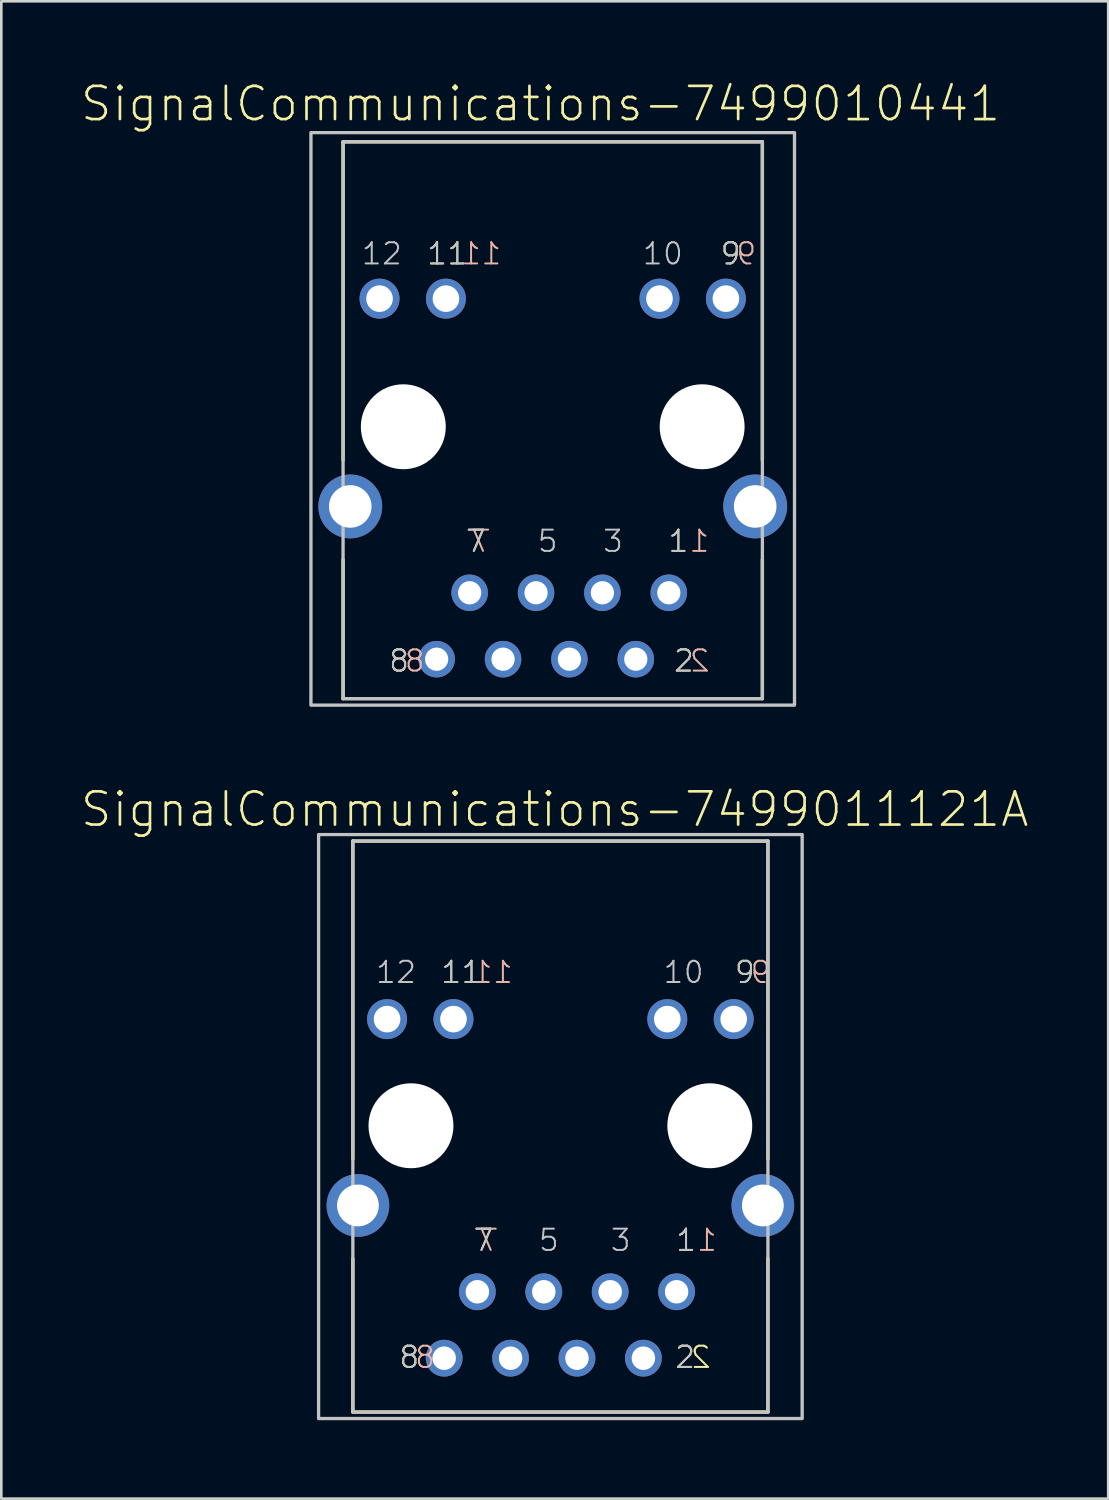
<source format=kicad_pcb>
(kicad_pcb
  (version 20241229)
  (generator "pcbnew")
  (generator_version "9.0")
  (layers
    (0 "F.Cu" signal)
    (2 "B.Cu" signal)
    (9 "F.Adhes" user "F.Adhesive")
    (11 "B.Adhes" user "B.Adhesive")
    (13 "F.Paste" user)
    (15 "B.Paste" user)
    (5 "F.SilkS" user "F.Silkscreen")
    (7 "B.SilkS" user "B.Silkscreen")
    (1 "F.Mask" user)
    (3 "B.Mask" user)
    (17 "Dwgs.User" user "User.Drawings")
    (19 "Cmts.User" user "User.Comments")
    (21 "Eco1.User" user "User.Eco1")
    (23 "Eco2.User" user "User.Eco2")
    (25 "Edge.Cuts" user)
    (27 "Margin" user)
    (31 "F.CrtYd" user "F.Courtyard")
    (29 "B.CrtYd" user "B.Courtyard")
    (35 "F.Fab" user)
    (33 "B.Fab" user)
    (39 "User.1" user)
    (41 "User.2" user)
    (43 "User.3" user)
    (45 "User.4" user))
  (footprint "SignalCommunications-7499010441"
    (layer "F.Cu")
    (at 18.091 13.273)
    (property "Reference" "SignalCommunications-7499010441" (at -0.467 -12.352 0) (layer "F.SilkS") (effects (font (size 1.27 1.27) (thickness 0.102))))
    (attr exclude_from_pos_files exclude_from_bom)
    (fp_line (start -8.019 -10.899) (end 8.019 -10.899) (stroke (width 0.127) (type solid)) (layer "F.SilkS"))
    (fp_line (start -8.019 1.27) (end -8.019 -10.899) (stroke (width 0.127) (type solid)) (layer "F.SilkS"))
    (fp_line (start -8.019 5.08) (end -8.019 10.399) (stroke (width 0.127) (type solid)) (layer "F.SilkS"))
    (fp_line (start -8.019 10.399) (end 8.019 10.399) (stroke (width 0.127) (type solid)) (layer "F.SilkS"))
    (fp_line (start 8.019 1.27) (end 8.019 -10.899) (stroke (width 0.127) (type solid)) (layer "F.SilkS"))
    (fp_line (start 8.019 5.08) (end 8.019 10.399) (stroke (width 0.127) (type solid)) (layer "F.SilkS"))
    (fp_line (start -8.019 -10.899) (end 8.019 -10.899) (stroke (width 0.127) (type solid)) (layer "Dwgs.User"))
    (fp_line (start -8.019 10.399) (end -8.019 -10.899) (stroke (width 0.127) (type solid)) (layer "Dwgs.User"))
    (fp_line (start 8.019 -10.899) (end 8.019 10.399) (stroke (width 0.127) (type solid)) (layer "Dwgs.User"))
    (fp_line (start 8.019 10.399) (end -8.019 10.399) (stroke (width 0.127) (type solid)) (layer "Dwgs.User"))
    (fp_poly (pts (xy -9.248 -11.25) (xy 9.248 -11.25) (xy 9.248 10.648) (xy -9.248 10.648) (xy -9.248 -11.25)) (stroke (width 0.127) (type solid)) (fill no) (layer "Dwgs.User"))
    (fp_text user "2" (at 5.019 8.954 180) (layer "F.SilkS") (effects (font (size 0.813 0.813) (thickness 0.076))))
    (fp_text user "9" (at 6.805 -6.619 180) (layer "F.SilkS") (effects (font (size 0.813 0.813) (thickness 0.076))))
    (fp_text user "8" (at -5.878 8.954 180) (layer "F.SilkS") (effects (font (size 0.813 0.813) (thickness 0.076))))
    (fp_text user "1" (at 4.806 4.376 180) (layer "F.SilkS") (effects (font (size 0.813 0.813) (thickness 0.076))))
    (fp_text user "11" (at -4.036 -6.619 180) (layer "F.SilkS") (effects (font (size 0.813 0.813) (thickness 0.076))))
    (fp_text user "7" (at -2.941 4.376 180) (layer "F.SilkS") (effects (font (size 0.813 0.813) (thickness 0.076))))
    (fp_text user "9" (at 7.404 -6.619 180) (layer "B.SilkS") (effects (font (size 0.813 0.813) (thickness 0.076)) (justify mirror)))
    (fp_text user "7" (at -2.743 4.376 180) (layer "B.SilkS") (effects (font (size 0.813 0.813) (thickness 0.076)) (justify mirror)))
    (fp_text user "1" (at 5.606 4.376 180) (layer "B.SilkS") (effects (font (size 0.813 0.813) (thickness 0.076)) (justify mirror)))
    (fp_text user "2" (at 5.621 8.954 180) (layer "B.SilkS") (effects (font (size 0.813 0.813) (thickness 0.076)) (justify mirror)))
    (fp_text user "11" (at -2.736 -6.619 180) (layer "B.SilkS") (effects (font (size 0.813 0.813) (thickness 0.076)) (justify mirror)))
    (fp_text user "8" (at -5.278 8.954 180) (layer "B.SilkS") (effects (font (size 0.813 0.813) (thickness 0.076)) (justify mirror)))
    (fp_text user "1" (at 4.806 4.376 180) (layer "Dwgs.User") (effects (font (size 0.813 0.813) (thickness 0.076))))
    (fp_text user "5" (at -0.193 4.376 180) (layer "Dwgs.User") (effects (font (size 0.813 0.813) (thickness 0.076))))
    (fp_text user "2" (at 5.019 8.954 180) (layer "Dwgs.User") (effects (font (size 0.813 0.813) (thickness 0.076))))
    (fp_text user "8" (at -5.878 8.954 180) (layer "Dwgs.User") (effects (font (size 0.813 0.813) (thickness 0.076))))
    (fp_text user "12" (at -6.535 -6.619 180) (layer "Dwgs.User") (effects (font (size 0.813 0.813) (thickness 0.076))))
    (fp_text user "11" (at -4.036 -6.619 180) (layer "Dwgs.User") (effects (font (size 0.813 0.813) (thickness 0.076))))
    (fp_text user "3" (at 2.306 4.376 180) (layer "Dwgs.User") (effects (font (size 0.813 0.813) (thickness 0.076))))
    (fp_text user "9" (at 6.805 -6.619 180) (layer "Dwgs.User") (effects (font (size 0.813 0.813) (thickness 0.076))))
    (fp_text user "10" (at 4.211 -6.619 180) (layer "Dwgs.User") (effects (font (size 0.813 0.813) (thickness 0.076))))
    (fp_text user "7" (at -2.941 4.376 180) (layer "Dwgs.User") (effects (font (size 0.813 0.813) (thickness 0.076))))
    (pad "" np_thru_hole circle (at -5.715 0) (size 3.249 3.249) (drill 3.249) (layers "*.Cu" "*.Mask"))
    (pad "" np_thru_hole circle (at 5.715 0) (size 3.249 3.249) (drill 3.249) (layers "*.Cu" "*.Mask"))
    (pad "1" thru_hole circle (at 4.44 6.35) (size 1.397 1.397) (drill 0.889) (layers "*.Cu" "*.Paste" "*.Mask"))
    (pad "2" thru_hole circle (at 3.178 8.89) (size 1.397 1.397) (drill 0.889) (layers "*.Cu" "*.Paste" "*.Mask"))
    (pad "3" thru_hole circle (at 1.9 6.35) (size 1.397 1.397) (drill 0.889) (layers "*.Cu" "*.Paste" "*.Mask"))
    (pad "4" thru_hole circle (at 0.638 8.89) (size 1.397 1.397) (drill 0.889) (layers "*.Cu" "*.Paste" "*.Mask"))
    (pad "5" thru_hole circle (at -0.638 6.35) (size 1.397 1.397) (drill 0.889) (layers "*.Cu" "*.Paste" "*.Mask"))
    (pad "6" thru_hole circle (at -1.9 8.89) (size 1.397 1.397) (drill 0.889) (layers "*.Cu" "*.Paste" "*.Mask"))
    (pad "7" thru_hole circle (at -3.178 6.35) (size 1.397 1.397) (drill 0.889) (layers "*.Cu" "*.Paste" "*.Mask"))
    (pad "8" thru_hole circle (at -4.44 8.89) (size 1.397 1.397) (drill 0.889) (layers "*.Cu" "*.Paste" "*.Mask"))
    (pad "9" thru_hole circle (at 6.624 -4.9) (size 1.529 1.529) (drill 1.019) (layers "*.Cu" "*.Paste" "*.Mask"))
    (pad "10" thru_hole circle (at 4.084 -4.9) (size 1.529 1.529) (drill 1.019) (layers "*.Cu" "*.Paste" "*.Mask"))
    (pad "11" thru_hole circle (at -4.084 -4.9) (size 1.529 1.529) (drill 1.019) (layers "*.Cu" "*.Paste" "*.Mask"))
    (pad "12" thru_hole circle (at -6.624 -4.9) (size 1.529 1.529) (drill 1.019) (layers "*.Cu" "*.Paste" "*.Mask"))
    (pad "Z1" thru_hole circle (at -7.744 3.048) (size 2.443 2.443) (drill 1.628) (layers "*.Cu" "*.Paste" "*.Mask"))
    (pad "Z2" thru_hole circle (at 7.744 3.048) (size 2.443 2.443) (drill 1.628) (layers "*.Cu" "*.Paste" "*.Mask")))
  (footprint "SignalCommunications-7499011121A"
    (layer "F.Cu")
    (at 18.384 40.009)
    (property "Reference" "SignalCommunications-7499011121A" (at -0.216 -12.103 0) (layer "F.SilkS") (effects (font (size 1.27 1.27) (thickness 0.102))))
    (attr exclude_from_pos_files exclude_from_bom)
    (fp_line (start -7.938 -10.889) (end 7.938 -10.889) (stroke (width 0.127) (type solid)) (layer "F.SilkS"))
    (fp_line (start -7.938 1.27) (end -7.938 -10.889) (stroke (width 0.127) (type solid)) (layer "F.SilkS"))
    (fp_line (start -7.938 5.08) (end -7.938 10.95) (stroke (width 0.127) (type solid)) (layer "F.SilkS"))
    (fp_line (start -7.938 10.95) (end 7.938 10.95) (stroke (width 0.127) (type solid)) (layer "F.SilkS"))
    (fp_line (start 7.938 1.27) (end 7.938 -10.889) (stroke (width 0.127) (type solid)) (layer "F.SilkS"))
    (fp_line (start 7.938 5.08) (end 7.938 10.95) (stroke (width 0.127) (type solid)) (layer "F.SilkS"))
    (fp_line (start -7.938 -10.889) (end 7.938 -10.889) (stroke (width 0.127) (type solid)) (layer "Dwgs.User"))
    (fp_line (start -7.938 10.95) (end -7.938 -10.889) (stroke (width 0.127) (type solid)) (layer "Dwgs.User"))
    (fp_line (start 7.938 -10.889) (end 7.938 10.95) (stroke (width 0.127) (type solid)) (layer "Dwgs.User"))
    (fp_line (start 7.938 10.95) (end -7.938 10.95) (stroke (width 0.127) (type solid)) (layer "Dwgs.User"))
    (fp_poly (pts (xy -9.248 -11.138) (xy 9.248 -11.138) (xy 9.248 11.199) (xy -9.248 11.199) (xy -9.248 -11.138)) (stroke (width 0.127) (type solid)) (fill no) (layer "Dwgs.User"))
    (fp_text user "2" (at 5.37 8.852 180) (layer "F.SilkS") (effects (font (size 0.813 0.813) (thickness 0.076)) (justify mirror)))
    (fp_text user "11" (at -3.787 -5.87 180) (layer "F.SilkS") (effects (font (size 0.813 0.813) (thickness 0.076))))
    (fp_text user "1" (at 4.806 4.376 180) (layer "F.SilkS") (effects (font (size 0.813 0.813) (thickness 0.076))))
    (fp_text user "9" (at 7.056 -5.87 180) (layer "F.SilkS") (effects (font (size 0.813 0.813) (thickness 0.076))))
    (fp_text user "7" (at -2.941 4.376 180) (layer "F.SilkS") (effects (font (size 0.813 0.813) (thickness 0.076))))
    (fp_text user "8" (at -5.779 8.852 180) (layer "F.SilkS") (effects (font (size 0.813 0.813) (thickness 0.076))))
    (fp_text user "2" (at 4.77 8.852 180) (layer "F.SilkS") (effects (font (size 0.813 0.813) (thickness 0.076))))
    (fp_text user "8" (at -5.177 8.852 180) (layer "B.SilkS") (effects (font (size 0.813 0.813) (thickness 0.076)) (justify mirror)))
    (fp_text user "7" (at -2.743 4.376 180) (layer "B.SilkS") (effects (font (size 0.813 0.813) (thickness 0.076)) (justify mirror)))
    (fp_text user "1" (at 5.606 4.376 180) (layer "B.SilkS") (effects (font (size 0.813 0.813) (thickness 0.076)) (justify mirror)))
    (fp_text user "11" (at -2.586 -5.87 180) (layer "B.SilkS") (effects (font (size 0.813 0.813) (thickness 0.076)) (justify mirror)))
    (fp_text user "9" (at 7.656 -5.87 180) (layer "B.SilkS") (effects (font (size 0.813 0.813) (thickness 0.076)) (justify mirror)))
    (fp_text user "12" (at -6.287 -5.87 180) (layer "Dwgs.User") (effects (font (size 0.813 0.813) (thickness 0.076))))
    (fp_text user "7" (at -2.941 4.376 180) (layer "Dwgs.User") (effects (font (size 0.813 0.813) (thickness 0.076))))
    (fp_text user "3" (at 2.306 4.376 180) (layer "Dwgs.User") (effects (font (size 0.813 0.813) (thickness 0.076))))
    (fp_text user "10" (at 4.712 -5.87 180) (layer "Dwgs.User") (effects (font (size 0.813 0.813) (thickness 0.076))))
    (fp_text user "5" (at -0.442 4.376 180) (layer "Dwgs.User") (effects (font (size 0.813 0.813) (thickness 0.076))))
    (fp_text user "8" (at -5.779 8.852 180) (layer "Dwgs.User") (effects (font (size 0.813 0.813) (thickness 0.076))))
    (fp_text user "9" (at 7.056 -5.87 180) (layer "Dwgs.User") (effects (font (size 0.813 0.813) (thickness 0.076))))
    (fp_text user "1" (at 4.806 4.376 180) (layer "Dwgs.User") (effects (font (size 0.813 0.813) (thickness 0.076))))
    (fp_text user "11" (at -3.787 -5.87 180) (layer "Dwgs.User") (effects (font (size 0.813 0.813) (thickness 0.076))))
    (fp_text user "2" (at 4.77 8.852 180) (layer "Dwgs.User") (effects (font (size 0.813 0.813) (thickness 0.076))))
    (pad "" np_thru_hole circle (at -5.715 0) (size 3.249 3.249) (drill 3.249) (layers "*.Cu" "*.Mask"))
    (pad "" np_thru_hole circle (at 5.715 0) (size 3.249 3.249) (drill 3.249) (layers "*.Cu" "*.Mask"))
    (pad "1" thru_hole circle (at 4.445 6.35) (size 1.407 1.407) (drill 0.899) (layers "*.Cu" "*.Paste" "*.Mask"))
    (pad "2" thru_hole circle (at 3.175 8.89) (size 1.407 1.407) (drill 0.899) (layers "*.Cu" "*.Paste" "*.Mask"))
    (pad "3" thru_hole circle (at 1.905 6.35) (size 1.407 1.407) (drill 0.899) (layers "*.Cu" "*.Paste" "*.Mask"))
    (pad "4" thru_hole circle (at 0.635 8.89) (size 1.407 1.407) (drill 0.899) (layers "*.Cu" "*.Paste" "*.Mask"))
    (pad "5" thru_hole circle (at -0.635 6.35) (size 1.407 1.407) (drill 0.899) (layers "*.Cu" "*.Paste" "*.Mask"))
    (pad "6" thru_hole circle (at -1.905 8.89) (size 1.407 1.407) (drill 0.899) (layers "*.Cu" "*.Paste" "*.Mask"))
    (pad "7" thru_hole circle (at -3.175 6.35) (size 1.407 1.407) (drill 0.899) (layers "*.Cu" "*.Paste" "*.Mask"))
    (pad "8" thru_hole circle (at -4.445 8.89) (size 1.407 1.407) (drill 0.899) (layers "*.Cu" "*.Paste" "*.Mask"))
    (pad "9" thru_hole circle (at 6.629 -4.079) (size 1.529 1.529) (drill 1.019) (layers "*.Cu" "*.Paste" "*.Mask"))
    (pad "10" thru_hole circle (at 4.089 -4.079) (size 1.529 1.529) (drill 1.019) (layers "*.Cu" "*.Paste" "*.Mask"))
    (pad "11" thru_hole circle (at -4.089 -4.079) (size 1.529 1.529) (drill 1.019) (layers "*.Cu" "*.Paste" "*.Mask"))
    (pad "12" thru_hole circle (at -6.629 -4.079) (size 1.529 1.529) (drill 1.019) (layers "*.Cu" "*.Paste" "*.Mask"))
    (pad "Z1" thru_hole circle (at -7.744 3.048) (size 2.398 2.398) (drill 1.598) (layers "*.Cu" "*.Paste" "*.Mask"))
    (pad "Z2" thru_hole circle (at 7.744 3.048) (size 2.398 2.398) (drill 1.598) (layers "*.Cu" "*.Paste" "*.Mask")))
  (gr_rect
    (start -3 -3)
    (end 39.337 54.271)
    (stroke (width 0.1) (type default))
    (fill no)
    (layer "Edge.Cuts")))
</source>
